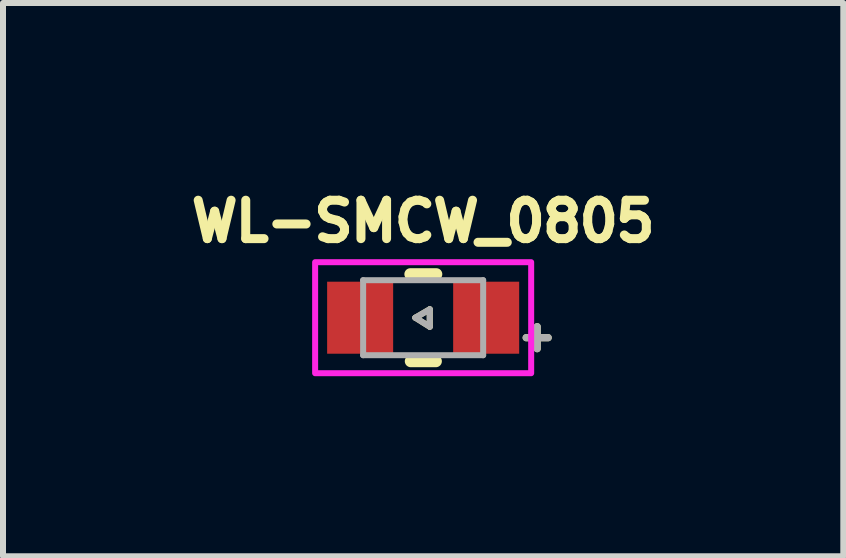
<source format=kicad_pcb>
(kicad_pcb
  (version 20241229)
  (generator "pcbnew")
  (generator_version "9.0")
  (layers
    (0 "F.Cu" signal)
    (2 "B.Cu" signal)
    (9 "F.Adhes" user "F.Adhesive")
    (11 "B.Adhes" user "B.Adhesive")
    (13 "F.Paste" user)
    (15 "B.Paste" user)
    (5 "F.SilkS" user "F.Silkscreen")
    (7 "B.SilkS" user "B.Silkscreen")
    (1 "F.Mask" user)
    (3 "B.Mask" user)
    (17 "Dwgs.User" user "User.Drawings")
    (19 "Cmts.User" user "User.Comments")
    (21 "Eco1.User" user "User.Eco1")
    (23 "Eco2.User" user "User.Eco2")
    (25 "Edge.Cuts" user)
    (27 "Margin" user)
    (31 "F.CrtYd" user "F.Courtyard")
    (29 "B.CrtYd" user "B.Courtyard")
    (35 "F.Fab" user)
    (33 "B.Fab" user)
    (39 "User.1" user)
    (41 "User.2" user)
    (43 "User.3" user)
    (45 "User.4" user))
  (footprint "WL-SMCW_0805"
    (layer "F.Cu")
    (at 4.001 2.244)
    (property "Reference" "WL-SMCW_0805" (at 0 -1.606 0) (layer "F.SilkS") (effects (font (size 0.64 0.64) (thickness 0.15))))
    (attr smd)
    (fp_line (start -0.213 -0.725) (end 0.219 -0.725) (stroke (width 0.2) (type solid)) (layer "F.SilkS"))
    (fp_line (start -0.206 0.725) (end 0.212 0.725) (stroke (width 0.2) (type solid)) (layer "F.SilkS"))
    (fp_line (start -0.13 0) (end 0.11 -0.14) (stroke (width 0.1) (type solid)) (layer "F.SilkS"))
    (fp_line (start 0.11 -0.14) (end 0.11 0.15) (stroke (width 0.1) (type solid)) (layer "F.SilkS"))
    (fp_line (start 0.11 0.15) (end -0.13 0) (stroke (width 0.1) (type solid)) (layer "F.SilkS"))
    (fp_poly (pts (xy -1.8 -0.925) (xy 1.8 -0.925) (xy 1.8 0.925) (xy -1.8 0.925)) (stroke (width 0.1) (type solid)) (fill no) (layer "F.CrtYd"))
    (fp_line (start -1 -0.625) (end 1 -0.625) (stroke (width 0.1) (type solid)) (layer "F.Fab"))
    (fp_line (start -1 0.625) (end -1 -0.625) (stroke (width 0.1) (type solid)) (layer "F.Fab"))
    (fp_line (start -1 0.625) (end 1 0.625) (stroke (width 0.1) (type solid)) (layer "F.Fab"))
    (fp_line (start -0.13 0) (end 0.11 -0.14) (stroke (width 0.1) (type solid)) (layer "F.Fab"))
    (fp_line (start 0.11 -0.14) (end 0.11 0.15) (stroke (width 0.1) (type solid)) (layer "F.Fab"))
    (fp_line (start 0.11 0.15) (end -0.13 0) (stroke (width 0.1) (type solid)) (layer "F.Fab"))
    (fp_line (start 1 -0.625) (end 1 0.625) (stroke (width 0.1) (type solid)) (layer "F.Fab"))
    (fp_text user "+" (at 1.9 0.3 0) (layer "F.SilkS") (effects (font (size 0.48 0.48) (thickness 0.15))))
    (fp_text user "+" (at 1.9 0.3 0) (layer "F.Fab") (effects (font (size 0.48 0.48) (thickness 0.15))))
    (pad "1" smd rect (at -1.05 0) (size 1.1 1.2) (layers "F.Cu" "F.Mask" "F.Paste"))
    (pad "2" smd rect (at 1.05 0) (size 1.1 1.2) (layers "F.Cu" "F.Mask" "F.Paste")))
  (gr_rect
    (start -3 -3)
    (end 11.002 6.219)
    (stroke (width 0.1) (type default))
    (fill no)
    (layer "Edge.Cuts")))
</source>
